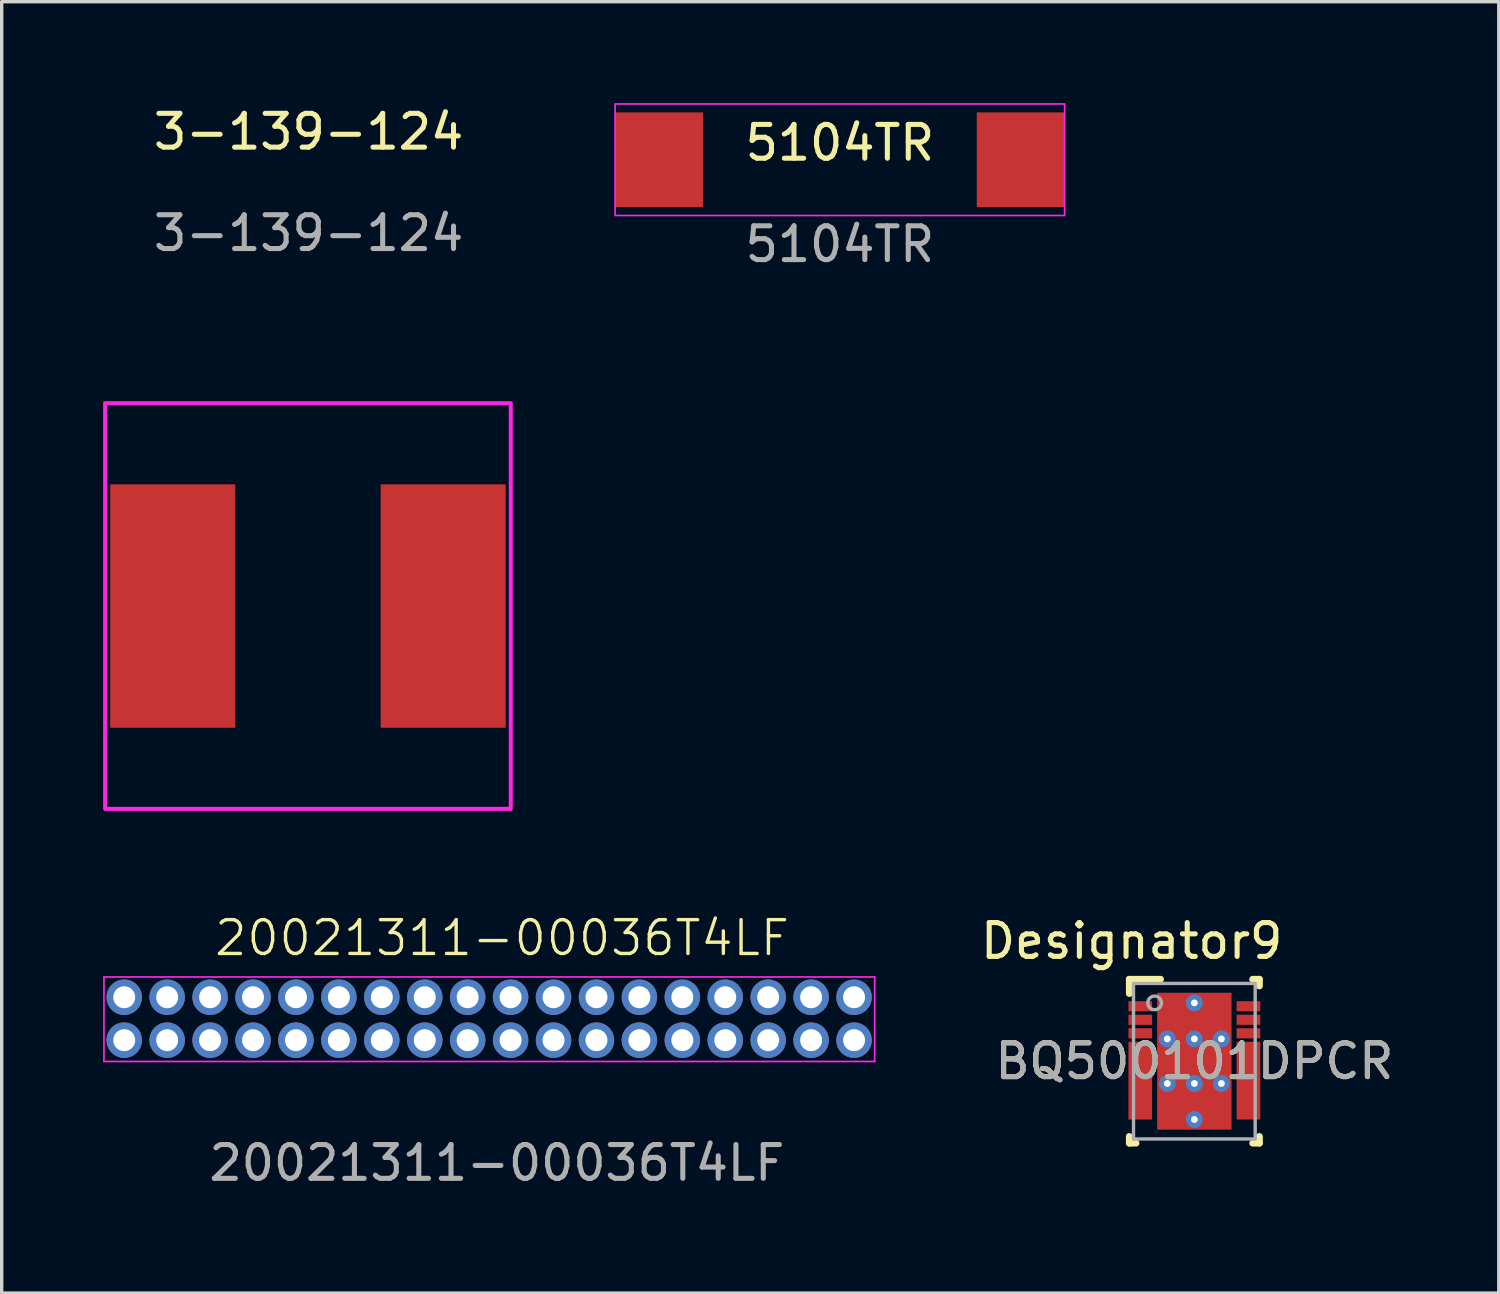
<source format=kicad_pcb>
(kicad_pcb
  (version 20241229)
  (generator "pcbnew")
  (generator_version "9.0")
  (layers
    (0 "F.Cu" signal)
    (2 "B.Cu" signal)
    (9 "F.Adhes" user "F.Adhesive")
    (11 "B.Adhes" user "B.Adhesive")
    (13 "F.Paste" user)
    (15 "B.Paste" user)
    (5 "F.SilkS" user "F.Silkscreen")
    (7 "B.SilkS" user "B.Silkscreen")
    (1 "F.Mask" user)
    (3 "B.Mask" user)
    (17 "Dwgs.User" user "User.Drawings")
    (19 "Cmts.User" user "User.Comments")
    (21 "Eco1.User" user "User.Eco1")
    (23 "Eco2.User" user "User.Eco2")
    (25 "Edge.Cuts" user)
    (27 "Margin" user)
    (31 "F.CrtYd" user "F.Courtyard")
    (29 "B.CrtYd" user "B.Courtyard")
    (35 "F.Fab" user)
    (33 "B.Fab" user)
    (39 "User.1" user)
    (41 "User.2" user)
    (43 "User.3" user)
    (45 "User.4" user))
  (footprint "BQ500101DPCR"
    (layer "F.Cu")
    (at 32.282 28.343)
    (property "Reference" "BQ500101DPCR" (at 0 0 0) (unlocked yes) (layer "F.SilkS") (effects (font (size 1 1) (thickness 0.15))))
    (attr smd)
    (fp_poly (pts (xy -1.9 1.525) (xy -1.85 1.475) (xy -1.58 1.475) (xy -1.53 1.425) (xy -1.53 1.325) (xy -1.58 1.275) (xy -1.85 1.275) (xy -1.9 1.225) (xy -1.9 1.125) (xy -1.85 1.075) (xy -1.58 1.075) (xy -1.53 1.025) (xy -1.53 0.925) (xy -1.58 0.875) (xy -1.85 0.875) (xy -1.9 0.825) (xy -1.9 0.725) (xy -1.85 0.675) (xy -1.58 0.675) (xy -1.53 0.625) (xy -1.53 0.525) (xy -1.58 0.475) (xy -1.85 0.475) (xy -1.9 0.425) (xy -1.9 0.325) (xy -1.85 0.275) (xy -1.58 0.275) (xy -1.53 0.225) (xy -1.53 0.125) (xy -1.58 0.075) (xy -1.85 0.075) (xy -1.9 0.025) (xy -1.9 -0.075) (xy -1.85 -0.125) (xy -1.58 -0.125) (xy -1.53 -0.175) (xy -1.53 -0.275) (xy -1.58 -0.325) (xy -1.85 -0.325) (xy -1.9 -0.375) (xy -1.9 -0.475) (xy -1.85 -0.525) (xy -1.35 -0.525) (xy -1.3 -0.475) (xy -1.3 1.625) (xy -1.35 1.675) (xy -1.85 1.675) (xy -1.9 1.625)) (stroke (width 0) (type solid)) (fill yes) (layer "F.Mask"))
    (fp_poly (pts (xy 1.9 1.525) (xy 1.85 1.475) (xy 1.58 1.475) (xy 1.53 1.425) (xy 1.53 1.325) (xy 1.58 1.275) (xy 1.85 1.275) (xy 1.9 1.225) (xy 1.9 1.125) (xy 1.85 1.075) (xy 1.58 1.075) (xy 1.53 1.025) (xy 1.53 0.925) (xy 1.58 0.875) (xy 1.85 0.875) (xy 1.9 0.825) (xy 1.9 0.725) (xy 1.85 0.675) (xy 1.58 0.675) (xy 1.53 0.625) (xy 1.53 0.525) (xy 1.58 0.475) (xy 1.85 0.475) (xy 1.9 0.425) (xy 1.9 0.325) (xy 1.85 0.275) (xy 1.58 0.275) (xy 1.53 0.225) (xy 1.53 0.125) (xy 1.58 0.075) (xy 1.85 0.075) (xy 1.9 0.025) (xy 1.9 -0.075) (xy 1.85 -0.125) (xy 1.58 -0.125) (xy 1.53 -0.175) (xy 1.53 -0.275) (xy 1.58 -0.325) (xy 1.85 -0.325) (xy 1.9 -0.375) (xy 1.9 -0.475) (xy 1.85 -0.525) (xy 1.35 -0.525) (xy 1.3 -0.475) (xy 1.3 1.625) (xy 1.35 1.675) (xy 1.85 1.675) (xy 1.9 1.625)) (stroke (width 0) (type solid)) (fill yes) (layer "F.Mask"))
    (fp_line (start -1.925 -2.425) (end -1 -2.425) (stroke (width 0.2) (type solid)) (layer "F.SilkS"))
    (fp_line (start -1.925 -2) (end -1.925 -2.425) (stroke (width 0.2) (type solid)) (layer "F.SilkS"))
    (fp_line (start -1.925 2.425) (end -1.925 2.225) (stroke (width 0.2) (type solid)) (layer "F.SilkS"))
    (fp_line (start -1.925 2.425) (end -1.725 2.425) (stroke (width 0.2) (type solid)) (layer "F.SilkS"))
    (fp_line (start 1.725 -2.425) (end 1.925 -2.425) (stroke (width 0.2) (type solid)) (layer "F.SilkS"))
    (fp_line (start 1.725 2.425) (end 1.925 2.425) (stroke (width 0.2) (type solid)) (layer "F.SilkS"))
    (fp_line (start 1.925 -2.225) (end 1.925 -2.425) (stroke (width 0.2) (type solid)) (layer "F.SilkS"))
    (fp_line (start 1.925 2.425) (end 1.925 2.225) (stroke (width 0.2) (type solid)) (layer "F.SilkS"))
    (fp_poly (pts (xy -0.1 -1.828) (xy -0.1 -0.812) (xy -0.101 -0.802) (xy -0.104 -0.792) (xy -0.109 -0.783) (xy -0.115 -0.775) (xy -0.123 -0.769) (xy -0.132 -0.764) (xy -0.142 -0.761) (xy -0.152 -0.76) (xy -0.988 -0.76) (xy -0.998 -0.761) (xy -1.008 -0.764) (xy -1.017 -0.769) (xy -1.025 -0.775) (xy -1.031 -0.783) (xy -1.036 -0.792) (xy -1.039 -0.802) (xy -1.04 -0.812) (xy -1.04 -1.828) (xy -1.039 -1.838) (xy -1.036 -1.848) (xy -1.031 -1.857) (xy -1.025 -1.865) (xy -1.017 -1.871) (xy -1.008 -1.876) (xy -0.998 -1.879) (xy -0.988 -1.88) (xy -0.152 -1.88) (xy -0.142 -1.879) (xy -0.132 -1.876) (xy -0.123 -1.871) (xy -0.115 -1.865) (xy -0.109 -1.857) (xy -0.104 -1.848) (xy -0.101 -1.838)) (stroke (width 0) (type solid)) (fill yes) (layer "F.Paste"))
    (fp_poly (pts (xy -0.1 -0.508) (xy -0.1 0.508) (xy -0.101 0.518) (xy -0.104 0.528) (xy -0.109 0.537) (xy -0.115 0.545) (xy -0.123 0.551) (xy -0.132 0.556) (xy -0.142 0.559) (xy -0.152 0.56) (xy -0.988 0.56) (xy -0.998 0.559) (xy -1.008 0.556) (xy -1.017 0.551) (xy -1.025 0.545) (xy -1.031 0.537) (xy -1.036 0.528) (xy -1.039 0.518) (xy -1.04 0.508) (xy -1.04 -0.508) (xy -1.039 -0.518) (xy -1.036 -0.528) (xy -1.031 -0.537) (xy -1.025 -0.545) (xy -1.017 -0.551) (xy -1.008 -0.556) (xy -0.998 -0.559) (xy -0.988 -0.56) (xy -0.152 -0.56) (xy -0.142 -0.559) (xy -0.132 -0.556) (xy -0.123 -0.551) (xy -0.115 -0.545) (xy -0.109 -0.537) (xy -0.104 -0.528) (xy -0.101 -0.518)) (stroke (width 0) (type solid)) (fill yes) (layer "F.Paste"))
    (fp_poly (pts (xy -0.1 0.812) (xy -0.1 1.828) (xy -0.101 1.838) (xy -0.104 1.848) (xy -0.109 1.857) (xy -0.115 1.865) (xy -0.123 1.871) (xy -0.132 1.876) (xy -0.142 1.879) (xy -0.152 1.88) (xy -0.988 1.88) (xy -0.998 1.879) (xy -1.008 1.876) (xy -1.017 1.871) (xy -1.025 1.865) (xy -1.031 1.857) (xy -1.036 1.848) (xy -1.039 1.838) (xy -1.04 1.828) (xy -1.04 0.812) (xy -1.039 0.802) (xy -1.036 0.792) (xy -1.031 0.783) (xy -1.025 0.775) (xy -1.017 0.769) (xy -1.008 0.764) (xy -0.998 0.761) (xy -0.988 0.76) (xy -0.152 0.76) (xy -0.142 0.761) (xy -0.132 0.764) (xy -0.123 0.769) (xy -0.115 0.775) (xy -0.109 0.783) (xy -0.104 0.792) (xy -0.101 0.802)) (stroke (width 0) (type solid)) (fill yes) (layer "F.Paste"))
    (fp_poly (pts (xy 0.1 -0.812) (xy 0.1 -1.828) (xy 0.101 -1.838) (xy 0.104 -1.848) (xy 0.109 -1.857) (xy 0.115 -1.865) (xy 0.123 -1.871) (xy 0.132 -1.876) (xy 0.142 -1.879) (xy 0.152 -1.88) (xy 0.988 -1.88) (xy 0.998 -1.879) (xy 1.008 -1.876) (xy 1.017 -1.871) (xy 1.025 -1.865) (xy 1.031 -1.857) (xy 1.036 -1.848) (xy 1.039 -1.838) (xy 1.04 -1.828) (xy 1.04 -0.812) (xy 1.039 -0.802) (xy 1.036 -0.792) (xy 1.031 -0.783) (xy 1.025 -0.775) (xy 1.017 -0.769) (xy 1.008 -0.764) (xy 0.998 -0.761) (xy 0.988 -0.76) (xy 0.152 -0.76) (xy 0.142 -0.761) (xy 0.132 -0.764) (xy 0.123 -0.769) (xy 0.115 -0.775) (xy 0.109 -0.783) (xy 0.104 -0.792) (xy 0.101 -0.802)) (stroke (width 0) (type solid)) (fill yes) (layer "F.Paste"))
    (fp_poly (pts (xy 0.1 0.508) (xy 0.1 -0.508) (xy 0.101 -0.518) (xy 0.104 -0.528) (xy 0.109 -0.537) (xy 0.115 -0.545) (xy 0.123 -0.551) (xy 0.132 -0.556) (xy 0.142 -0.559) (xy 0.152 -0.56) (xy 0.988 -0.56) (xy 0.998 -0.559) (xy 1.008 -0.556) (xy 1.017 -0.551) (xy 1.025 -0.545) (xy 1.031 -0.537) (xy 1.036 -0.528) (xy 1.039 -0.518) (xy 1.04 -0.508) (xy 1.04 0.508) (xy 1.039 0.518) (xy 1.036 0.528) (xy 1.031 0.537) (xy 1.025 0.545) (xy 1.017 0.551) (xy 1.008 0.556) (xy 0.998 0.559) (xy 0.988 0.56) (xy 0.152 0.56) (xy 0.142 0.559) (xy 0.132 0.556) (xy 0.123 0.551) (xy 0.115 0.545) (xy 0.109 0.537) (xy 0.104 0.528) (xy 0.101 0.518)) (stroke (width 0) (type solid)) (fill yes) (layer "F.Paste"))
    (fp_poly (pts (xy 0.1 1.828) (xy 0.1 0.812) (xy 0.101 0.802) (xy 0.104 0.792) (xy 0.109 0.783) (xy 0.115 0.775) (xy 0.123 0.769) (xy 0.132 0.764) (xy 0.142 0.761) (xy 0.152 0.76) (xy 0.988 0.76) (xy 0.998 0.761) (xy 1.008 0.764) (xy 1.017 0.769) (xy 1.025 0.775) (xy 1.031 0.783) (xy 1.036 0.792) (xy 1.039 0.802) (xy 1.04 0.812) (xy 1.04 1.828) (xy 1.039 1.838) (xy 1.036 1.848) (xy 1.031 1.857) (xy 1.025 1.865) (xy 1.017 1.871) (xy 1.008 1.876) (xy 0.998 1.879) (xy 0.988 1.88) (xy 0.152 1.88) (xy 0.142 1.879) (xy 0.132 1.876) (xy 0.123 1.871) (xy 0.115 1.865) (xy 0.109 1.857) (xy 0.104 1.848) (xy 0.101 1.838)) (stroke (width 0) (type solid)) (fill yes) (layer "F.Paste"))
    (fp_poly (pts (xy -1.9 1.525) (xy -1.85 1.475) (xy -1.58 1.475) (xy -1.53 1.425) (xy -1.53 1.325) (xy -1.58 1.275) (xy -1.85 1.275) (xy -1.9 1.225) (xy -1.9 1.125) (xy -1.85 1.075) (xy -1.58 1.075) (xy -1.53 1.025) (xy -1.53 0.925) (xy -1.58 0.875) (xy -1.85 0.875) (xy -1.9 0.825) (xy -1.9 0.725) (xy -1.85 0.675) (xy -1.58 0.675) (xy -1.53 0.625) (xy -1.53 0.525) (xy -1.58 0.475) (xy -1.85 0.475) (xy -1.9 0.425) (xy -1.9 0.325) (xy -1.85 0.275) (xy -1.58 0.275) (xy -1.53 0.225) (xy -1.53 0.125) (xy -1.58 0.075) (xy -1.85 0.075) (xy -1.9 0.025) (xy -1.9 -0.075) (xy -1.85 -0.125) (xy -1.58 -0.125) (xy -1.53 -0.175) (xy -1.53 -0.275) (xy -1.58 -0.325) (xy -1.85 -0.325) (xy -1.9 -0.375) (xy -1.9 -0.475) (xy -1.85 -0.525) (xy -1.35 -0.525) (xy -1.3 -0.475) (xy -1.3 1.625) (xy -1.35 1.675) (xy -1.85 1.675) (xy -1.9 1.625)) (stroke (width 0) (type solid)) (fill yes) (layer "F.Paste"))
    (fp_poly (pts (xy 1.9 1.525) (xy 1.85 1.475) (xy 1.58 1.475) (xy 1.53 1.425) (xy 1.53 1.325) (xy 1.58 1.275) (xy 1.85 1.275) (xy 1.9 1.225) (xy 1.9 1.125) (xy 1.85 1.075) (xy 1.58 1.075) (xy 1.53 1.025) (xy 1.53 0.925) (xy 1.58 0.875) (xy 1.85 0.875) (xy 1.9 0.825) (xy 1.9 0.725) (xy 1.85 0.675) (xy 1.58 0.675) (xy 1.53 0.625) (xy 1.53 0.525) (xy 1.58 0.475) (xy 1.85 0.475) (xy 1.9 0.425) (xy 1.9 0.325) (xy 1.85 0.275) (xy 1.58 0.275) (xy 1.53 0.225) (xy 1.53 0.125) (xy 1.58 0.075) (xy 1.85 0.075) (xy 1.9 0.025) (xy 1.9 -0.075) (xy 1.85 -0.125) (xy 1.58 -0.125) (xy 1.53 -0.175) (xy 1.53 -0.275) (xy 1.58 -0.325) (xy 1.85 -0.325) (xy 1.9 -0.375) (xy 1.9 -0.475) (xy 1.85 -0.525) (xy 1.35 -0.525) (xy 1.3 -0.475) (xy 1.3 1.625) (xy 1.35 1.675) (xy 1.85 1.675) (xy 1.9 1.625)) (stroke (width 0) (type solid)) (fill yes) (layer "F.Paste"))
    (fp_line (start -1.8 -2.3) (end 1.8 -2.3) (stroke (width 0.1) (type solid)) (layer "F.Fab"))
    (fp_line (start -1.8 2.3) (end -1.8 -2.3) (stroke (width 0.1) (type solid)) (layer "F.Fab"))
    (fp_line (start -1.8 2.3) (end 1.8 2.3) (stroke (width 0.1) (type solid)) (layer "F.Fab"))
    (fp_line (start 1.8 2.3) (end 1.8 -2.3) (stroke (width 0.1) (type solid)) (layer "F.Fab"))
    (fp_circle (center -1.175 -1.725) (end -0.973 -1.725) (stroke (width 0.1) (type solid)) (fill no) (layer "F.Fab"))
    (fp_text user "Designator9" (at -1.854 -3.556 0) (unlocked yes) (layer "F.SilkS") (effects (font (size 1 1) (thickness 0.15))))
    (fp_text user "${REFERENCE}" (at 0 0 0) (unlocked yes) (layer "F.Fab") (effects (font (size 1 1) (thickness 0.15))))
    (pad "1" smd rect (at -1.6 -1.625 90) (size 0.3 0.7) (layers "F.Cu" "F.Mask" "F.Paste"))
    (pad "2" smd rect (at -1.6 -1.225 90) (size 0.3 0.7) (layers "F.Cu" "F.Mask" "F.Paste"))
    (pad "3" smd rect (at -1.6 -0.825 90) (size 0.3 0.7) (layers "F.Cu" "F.Mask" "F.Paste"))
    (pad "4" smd rect (at -1.6 0.575 90) (size 2.3 0.7) (layers "F.Cu"))
    (pad "5" smd rect (at 1.6 0.575 90) (size 2.3 0.7) (layers "F.Cu"))
    (pad "6" smd rect (at 1.6 -0.825 90) (size 0.3 0.7) (layers "F.Cu" "F.Mask" "F.Paste"))
    (pad "7" smd rect (at 1.6 -1.225 90) (size 0.3 0.7) (layers "F.Cu" "F.Mask" "F.Paste"))
    (pad "8" smd rect (at 1.6 -1.625 90) (size 0.3 0.7) (layers "F.Cu" "F.Mask" "F.Paste"))
    (pad "9" smd rect (at 0 0 90) (size 4.05 2.2) (layers "F.Cu" "F.Mask"))
    (pad "V" thru_hole circle (at -0.8 -0.66) (size 0.5 0.5) (drill 0.203) (layers "*.Cu" "*.Mask"))
    (pad "V" thru_hole circle (at -0.8 0.66) (size 0.5 0.5) (drill 0.203) (layers "*.Cu" "*.Mask"))
    (pad "V" thru_hole circle (at 0 -1.725) (size 0.5 0.5) (drill 0.203) (layers "*.Cu" "*.Mask"))
    (pad "V" thru_hole circle (at 0 -0.66) (size 0.5 0.5) (drill 0.203) (layers "*.Cu" "*.Mask"))
    (pad "V" thru_hole circle (at 0 0.66) (size 0.5 0.5) (drill 0.203) (layers "*.Cu" "*.Mask"))
    (pad "V" thru_hole circle (at 0 1.725) (size 0.5 0.5) (drill 0.203) (layers "*.Cu" "*.Mask"))
    (pad "V" thru_hole circle (at 0.8 -0.66) (size 0.5 0.5) (drill 0.203) (layers "*.Cu" "*.Mask"))
    (pad "V" thru_hole circle (at 0.8 0.66) (size 0.5 0.5) (drill 0.203) (layers "*.Cu" "*.Mask")))
  (footprint "3-139-124"
    (layer "F.Cu")
    (at 6.06 14.878)
    (property "Reference" "3-139-124" (at 0.02 -14.03 0) (unlocked yes) (layer "F.SilkS") (effects (font (size 1 1) (thickness 0.15))))
    (attr smd)
    (fp_rect (start -6 -6) (end 6 6) (stroke (width 0.12) (type default)) (fill no) (layer "F.CrtYd"))
    (fp_text user "${REFERENCE}" (at 0.02 -11.03 0) (unlocked yes) (layer "F.Fab") (effects (font (size 1 1) (thickness 0.15))))
    (pad "1" smd rect (at -4 0) (size 3.7 7.2) (layers "F.Cu" "F.Mask" "F.Paste"))
    (pad "2" smd rect (at 4 0) (size 3.7 7.2) (layers "F.Cu" "F.Mask" "F.Paste")))
  (footprint "20021311-00036T4LF"
    (layer "F.Cu")
    (at 0.625 26.451)
    (property "Reference" "20021311-00036T4LF" (at 11.176 -1.753 0) (unlocked yes) (layer "F.SilkS") (effects (font (size 1 1) (thickness 0.1))))
    (attr through_hole)
    (fp_line (start -0.6 1.9) (end -0.6 -0.6) (stroke (width 0.05) (type default)) (layer "F.CrtYd"))
    (fp_line (start -0.6 1.9) (end 22.2 1.9) (stroke (width 0.05) (type default)) (layer "F.CrtYd"))
    (fp_line (start 22.2 -0.6) (end -0.6 -0.6) (stroke (width 0.05) (type default)) (layer "F.CrtYd"))
    (fp_line (start 22.2 1.9) (end 22.2 -0.6) (stroke (width 0.05) (type default)) (layer "F.CrtYd"))
    (fp_text user "${REFERENCE}" (at 11.024 4.902 0) (unlocked yes) (layer "F.Fab") (effects (font (size 1 1) (thickness 0.15))))
    (pad "1" thru_hole circle (at 0 0) (size 1.05 1.05) (drill 0.65) (layers "*.Cu" "*.Mask"))
    (pad "2" thru_hole circle (at 1.27 0) (size 1.05 1.05) (drill 0.65) (layers "*.Cu" "*.Mask"))
    (pad "3" thru_hole circle (at 2.54 0) (size 1.05 1.05) (drill 0.65) (layers "*.Cu" "*.Mask"))
    (pad "4" thru_hole circle (at 3.81 0) (size 1.05 1.05) (drill 0.65) (layers "*.Cu" "*.Mask"))
    (pad "5" thru_hole circle (at 5.08 0) (size 1.05 1.05) (drill 0.65) (layers "*.Cu" "*.Mask"))
    (pad "6" thru_hole circle (at 6.35 0) (size 1.05 1.05) (drill 0.65) (layers "*.Cu" "*.Mask"))
    (pad "7" thru_hole circle (at 7.62 0) (size 1.05 1.05) (drill 0.65) (layers "*.Cu" "*.Mask"))
    (pad "8" thru_hole circle (at 8.89 0) (size 1.05 1.05) (drill 0.65) (layers "*.Cu" "*.Mask"))
    (pad "9" thru_hole circle (at 10.16 0) (size 1.05 1.05) (drill 0.65) (layers "*.Cu" "*.Mask"))
    (pad "10" thru_hole circle (at 11.43 0) (size 1.05 1.05) (drill 0.65) (layers "*.Cu" "*.Mask"))
    (pad "11" thru_hole circle (at 12.7 0) (size 1.05 1.05) (drill 0.65) (layers "*.Cu" "*.Mask"))
    (pad "12" thru_hole circle (at 13.97 0) (size 1.05 1.05) (drill 0.65) (layers "*.Cu" "*.Mask"))
    (pad "13" thru_hole circle (at 15.24 0) (size 1.05 1.05) (drill 0.65) (layers "*.Cu" "*.Mask"))
    (pad "14" thru_hole circle (at 16.51 0) (size 1.05 1.05) (drill 0.65) (layers "*.Cu" "*.Mask"))
    (pad "15" thru_hole circle (at 17.78 0) (size 1.05 1.05) (drill 0.65) (layers "*.Cu" "*.Mask"))
    (pad "16" thru_hole circle (at 19.05 0) (size 1.05 1.05) (drill 0.65) (layers "*.Cu" "*.Mask"))
    (pad "17" thru_hole circle (at 20.32 0) (size 1.05 1.05) (drill 0.65) (layers "*.Cu" "*.Mask"))
    (pad "18" thru_hole circle (at 21.59 0) (size 1.05 1.05) (drill 0.65) (layers "*.Cu" "*.Mask"))
    (pad "19" thru_hole circle (at 0 1.27) (size 1.05 1.05) (drill 0.65) (layers "*.Cu" "*.Mask"))
    (pad "20" thru_hole circle (at 1.27 1.27) (size 1.05 1.05) (drill 0.65) (layers "*.Cu" "*.Mask"))
    (pad "21" thru_hole circle (at 2.54 1.27) (size 1.05 1.05) (drill 0.65) (layers "*.Cu" "*.Mask"))
    (pad "22" thru_hole circle (at 3.81 1.27) (size 1.05 1.05) (drill 0.65) (layers "*.Cu" "*.Mask"))
    (pad "23" thru_hole circle (at 5.08 1.27) (size 1.05 1.05) (drill 0.65) (layers "*.Cu" "*.Mask"))
    (pad "24" thru_hole circle (at 6.35 1.27) (size 1.05 1.05) (drill 0.65) (layers "*.Cu" "*.Mask"))
    (pad "25" thru_hole circle (at 7.62 1.27) (size 1.05 1.05) (drill 0.65) (layers "*.Cu" "*.Mask"))
    (pad "26" thru_hole circle (at 8.89 1.27) (size 1.05 1.05) (drill 0.65) (layers "*.Cu" "*.Mask"))
    (pad "27" thru_hole circle (at 10.16 1.27) (size 1.05 1.05) (drill 0.65) (layers "*.Cu" "*.Mask"))
    (pad "28" thru_hole circle (at 11.43 1.27) (size 1.05 1.05) (drill 0.65) (layers "*.Cu" "*.Mask"))
    (pad "29" thru_hole circle (at 12.7 1.27) (size 1.05 1.05) (drill 0.65) (layers "*.Cu" "*.Mask"))
    (pad "30" thru_hole circle (at 13.97 1.27) (size 1.05 1.05) (drill 0.65) (layers "*.Cu" "*.Mask"))
    (pad "31" thru_hole circle (at 15.24 1.27) (size 1.05 1.05) (drill 0.65) (layers "*.Cu" "*.Mask"))
    (pad "32" thru_hole circle (at 16.51 1.27) (size 1.05 1.05) (drill 0.65) (layers "*.Cu" "*.Mask"))
    (pad "33" thru_hole circle (at 17.78 1.27) (size 1.05 1.05) (drill 0.65) (layers "*.Cu" "*.Mask"))
    (pad "34" thru_hole circle (at 19.05 1.27) (size 1.05 1.05) (drill 0.65) (layers "*.Cu" "*.Mask"))
    (pad "35" thru_hole circle (at 20.32 1.27) (size 1.05 1.05) (drill 0.65) (layers "*.Cu" "*.Mask"))
    (pad "36" thru_hole circle (at 21.59 1.27) (size 1.05 1.05) (drill 0.65) (layers "*.Cu" "*.Mask")))
  (footprint "5104TR"
    (layer "F.Cu")
    (at 21.795 1.675)
    (property "Reference" "5104TR" (at 0 -0.5 0) (unlocked yes) (layer "F.SilkS") (effects (font (size 1 1) (thickness 0.15))))
    (attr smd)
    (fp_rect (start -6.65 -1.65) (end 6.65 1.65) (stroke (width 0.05) (type default)) (fill no) (layer "F.CrtYd"))
    (fp_text user "${REFERENCE}" (at 0 2.5 0) (unlocked yes) (layer "F.Fab") (effects (font (size 1 1) (thickness 0.15))))
    (pad "1" smd rect (at -5.35 0) (size 2.6 2.8) (layers "F.Cu" "F.Mask" "F.Paste"))
    (pad "2" smd rect (at 5.35 0) (size 2.6 2.8) (layers "F.Cu" "F.Mask" "F.Paste")))
  (gr_rect
    (start -3 -3)
    (end 41.288 35.202)
    (stroke (width 0.1) (type default))
    (fill no)
    (layer "Edge.Cuts")))
</source>
